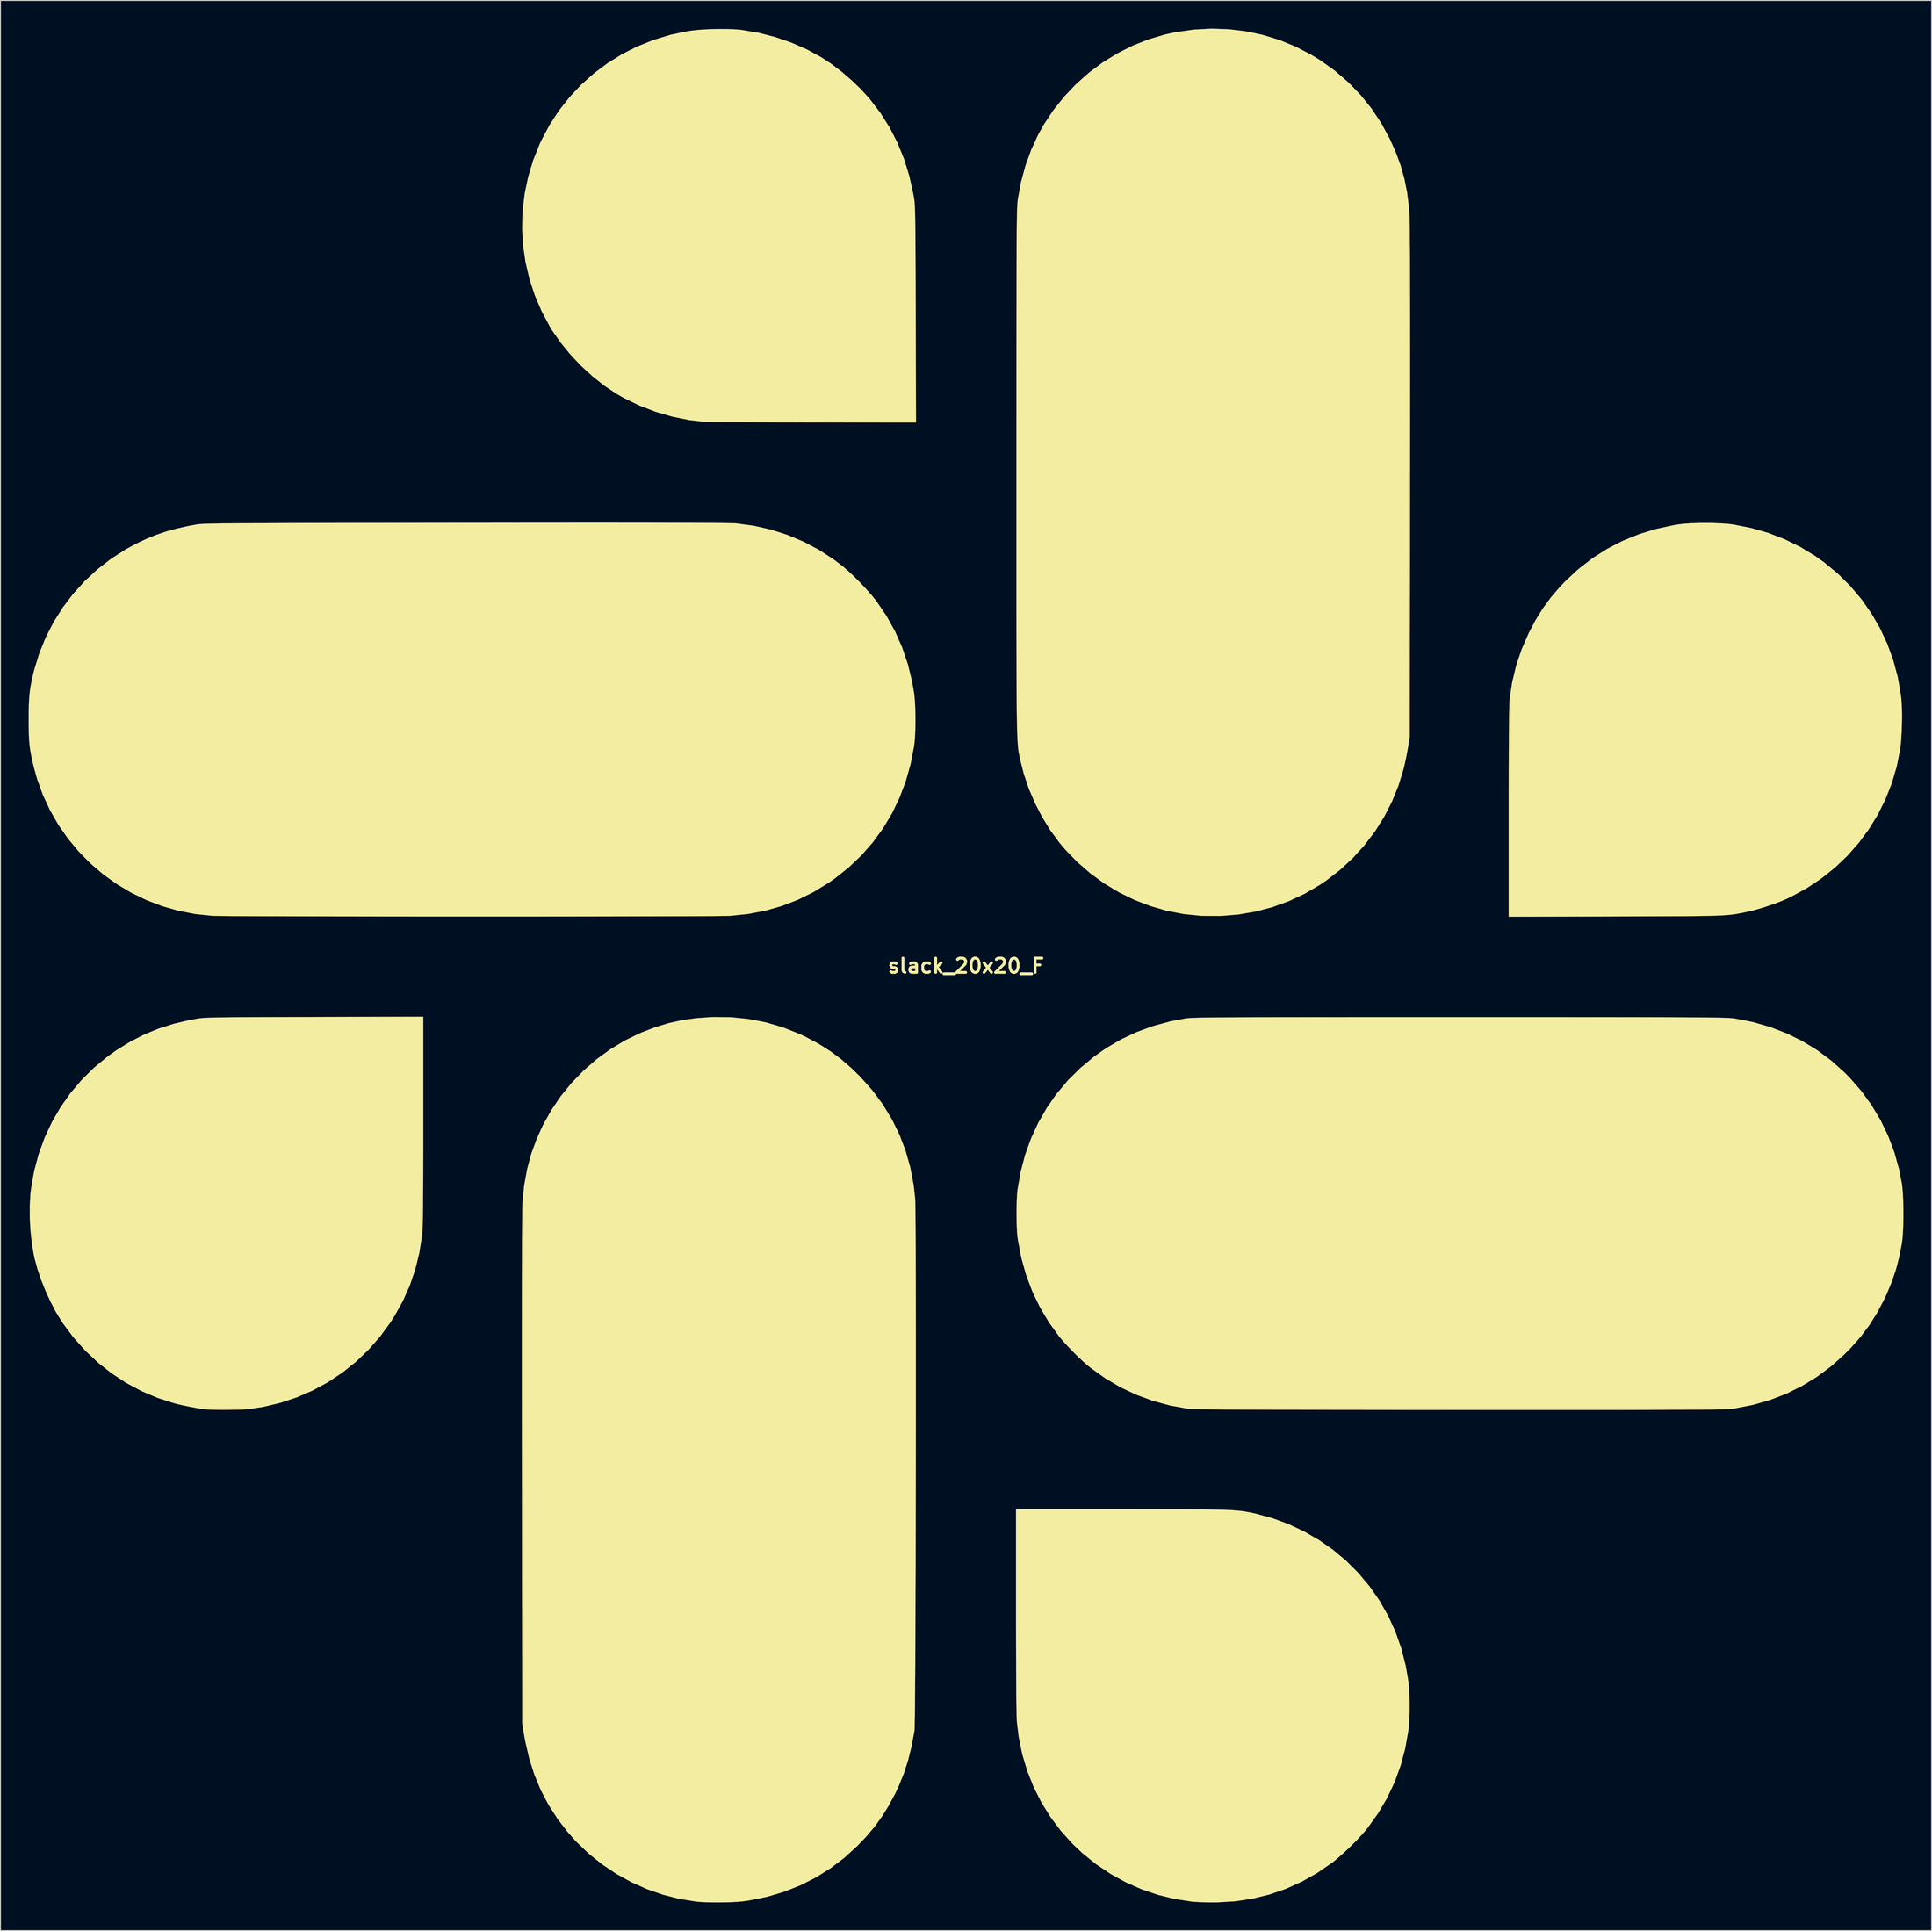
<source format=kicad_pcb>
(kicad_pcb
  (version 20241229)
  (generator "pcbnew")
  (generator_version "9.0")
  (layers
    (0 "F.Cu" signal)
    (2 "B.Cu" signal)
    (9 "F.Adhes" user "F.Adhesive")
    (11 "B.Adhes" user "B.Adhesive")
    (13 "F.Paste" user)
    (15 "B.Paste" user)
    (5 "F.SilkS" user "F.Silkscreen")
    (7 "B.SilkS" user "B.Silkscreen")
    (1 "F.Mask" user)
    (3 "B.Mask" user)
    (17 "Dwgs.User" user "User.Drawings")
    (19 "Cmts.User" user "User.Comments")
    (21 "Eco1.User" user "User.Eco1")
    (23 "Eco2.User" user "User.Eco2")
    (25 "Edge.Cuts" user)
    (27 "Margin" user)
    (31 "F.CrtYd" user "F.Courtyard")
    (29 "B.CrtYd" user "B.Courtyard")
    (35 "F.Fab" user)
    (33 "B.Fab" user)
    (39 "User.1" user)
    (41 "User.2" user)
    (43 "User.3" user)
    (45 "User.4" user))
  (footprint "slack_20x20_F"
    (layer "F.Cu")
    (at 99.869 99.893)
    (property "Reference" "slack_20x20_F" (at 0 0 0) (layer "F.SilkS") (effects (font (size 1.524 1.524) (thickness 0.3))))
    (attr through_hole)
    (fp_poly (pts (xy -25.366 -99.846) (xy -24.598 -99.815) (xy -23.946 -99.758) (xy -23.876 -99.75) (xy -22.085 -99.442) (xy -20.316 -98.988) (xy -18.596 -98.395) (xy -16.951 -97.674) (xy -15.431 -96.846) (xy -14.343 -96.13) (xy -13.241 -95.292) (xy -12.167 -94.369) (xy -11.166 -93.401) (xy -10.281 -92.424) (xy -10.231 -92.364) (xy -9.109 -90.89) (xy -8.133 -89.343) (xy -7.299 -87.717) (xy -6.604 -86.004) (xy -6.045 -84.198) (xy -5.619 -82.291) (xy -5.524 -81.746) (xy -5.505 -81.61) (xy -5.487 -81.451) (xy -5.47 -81.26) (xy -5.456 -81.029) (xy -5.443 -80.749) (xy -5.431 -80.411) (xy -5.42 -80.006) (xy -5.411 -79.524) (xy -5.403 -78.959) (xy -5.395 -78.299) (xy -5.389 -77.537) (xy -5.383 -76.663) (xy -5.377 -75.67) (xy -5.373 -74.547) (xy -5.368 -73.286) (xy -5.363 -71.878) (xy -5.359 -70.315) (xy -5.357 -69.406) (xy -5.327 -57.912) (xy -16.316 -57.927) (xy -17.673 -57.929) (xy -18.988 -57.931) (xy -20.25 -57.934) (xy -21.449 -57.937) (xy -22.574 -57.94) (xy -23.616 -57.943) (xy -24.562 -57.946) (xy -25.404 -57.95) (xy -26.13 -57.954) (xy -26.731 -57.957) (xy -27.195 -57.961) (xy -27.513 -57.964) (xy -27.674 -57.968) (xy -27.686 -57.968) (xy -29.499 -58.176) (xy -31.304 -58.543) (xy -33.078 -59.06) (xy -34.796 -59.721) (xy -36.436 -60.518) (xy -37.245 -60.98) (xy -38.532 -61.839) (xy -39.795 -62.838) (xy -41.008 -63.952) (xy -42.143 -65.152) (xy -43.172 -66.411) (xy -44.068 -67.7) (xy -44.308 -68.091) (xy -45.199 -69.75) (xy -45.933 -71.462) (xy -46.509 -73.219) (xy -46.928 -75.009) (xy -47.189 -76.822) (xy -47.291 -78.649) (xy -47.234 -80.479) (xy -47.017 -82.301) (xy -46.64 -84.106) (xy -46.102 -85.883) (xy -45.404 -87.621) (xy -45.242 -87.969) (xy -44.367 -89.614) (xy -43.359 -91.159) (xy -42.226 -92.6) (xy -40.976 -93.929) (xy -39.616 -95.141) (xy -38.156 -96.23) (xy -36.603 -97.19) (xy -34.965 -98.015) (xy -33.25 -98.699) (xy -31.466 -99.236) (xy -29.622 -99.621) (xy -29.362 -99.661) (xy -28.694 -99.742) (xy -27.915 -99.801) (xy -27.07 -99.839) (xy -26.206 -99.854) (xy -25.366 -99.846)) (stroke (width 0.01) (type solid)) (fill yes) (layer "F.SilkS"))
    (fp_poly (pts (xy 18.213 57.912) (xy 19.734 57.913) (xy 21.105 57.914) (xy 22.335 57.916) (xy 23.435 57.919) (xy 24.412 57.924) (xy 25.278 57.931) (xy 26.041 57.94) (xy 26.712 57.952) (xy 27.299 57.967) (xy 27.813 57.985) (xy 28.262 58.006) (xy 28.657 58.031) (xy 29.007 58.061) (xy 29.321 58.094) (xy 29.61 58.133) (xy 29.882 58.177) (xy 30.147 58.226) (xy 30.415 58.281) (xy 30.696 58.341) (xy 30.898 58.386) (xy 32.643 58.86) (xy 34.357 59.492) (xy 36.019 60.272) (xy 37.611 61.189) (xy 39.11 62.234) (xy 40.474 63.374) (xy 41.81 64.708) (xy 43.009 66.14) (xy 44.068 67.665) (xy 44.984 69.275) (xy 45.755 70.967) (xy 46.376 72.734) (xy 46.846 74.57) (xy 47.127 76.2) (xy 47.203 76.95) (xy 47.251 77.814) (xy 47.269 78.739) (xy 47.259 79.671) (xy 47.219 80.556) (xy 47.15 81.343) (xy 47.127 81.534) (xy 46.789 83.433) (xy 46.297 85.262) (xy 45.653 87.02) (xy 44.855 88.706) (xy 43.906 90.316) (xy 42.806 91.851) (xy 42.627 92.076) (xy 42.182 92.594) (xy 41.637 93.177) (xy 41.031 93.786) (xy 40.401 94.386) (xy 39.783 94.942) (xy 39.216 95.416) (xy 38.986 95.595) (xy 37.413 96.675) (xy 35.778 97.597) (xy 34.086 98.361) (xy 32.339 98.965) (xy 30.54 99.408) (xy 28.694 99.689) (xy 26.803 99.807) (xy 26.205 99.811) (xy 25.667 99.803) (xy 25.132 99.787) (xy 24.647 99.767) (xy 24.259 99.743) (xy 24.106 99.73) (xy 22.276 99.452) (xy 20.48 99.012) (xy 18.73 98.416) (xy 17.038 97.669) (xy 15.416 96.778) (xy 13.876 95.748) (xy 12.43 94.584) (xy 11.382 93.595) (xy 10.131 92.21) (xy 9.015 90.727) (xy 8.04 89.156) (xy 7.208 87.505) (xy 6.525 85.783) (xy 5.993 83.999) (xy 5.618 82.162) (xy 5.425 80.577) (xy 5.41 80.304) (xy 5.396 79.864) (xy 5.383 79.262) (xy 5.372 78.499) (xy 5.362 77.58) (xy 5.354 76.507) (xy 5.347 75.283) (xy 5.342 73.911) (xy 5.337 72.395) (xy 5.335 70.738) (xy 5.334 68.942) (xy 5.334 68.702) (xy 5.334 57.912) (xy 16.532 57.912) (xy 18.213 57.912)) (stroke (width 0.01) (type solid)) (fill yes) (layer "F.SilkS"))
    (fp_poly (pts (xy 79.709 -47.192) (xy 80.516 -47.159) (xy 81.236 -47.105) (xy 81.746 -47.043) (xy 83.638 -46.673) (xy 85.465 -46.148) (xy 87.22 -45.472) (xy 88.9 -44.646) (xy 90.501 -43.671) (xy 91.44 -43.001) (xy 92.881 -41.808) (xy 94.2 -40.502) (xy 95.392 -39.092) (xy 96.452 -37.585) (xy 97.375 -35.993) (xy 98.156 -34.323) (xy 98.79 -32.585) (xy 99.271 -30.788) (xy 99.594 -28.94) (xy 99.66 -28.381) (xy 99.7 -27.814) (xy 99.721 -27.125) (xy 99.724 -26.357) (xy 99.709 -25.555) (xy 99.677 -24.764) (xy 99.631 -24.026) (xy 99.57 -23.387) (xy 99.528 -23.072) (xy 99.16 -21.24) (xy 98.636 -19.465) (xy 97.962 -17.755) (xy 97.144 -16.116) (xy 96.189 -14.559) (xy 95.103 -13.091) (xy 93.893 -11.721) (xy 92.564 -10.456) (xy 91.122 -9.306) (xy 89.575 -8.278) (xy 87.929 -7.38) (xy 87.444 -7.15) (xy 86.813 -6.882) (xy 86.079 -6.604) (xy 85.296 -6.335) (xy 84.515 -6.091) (xy 83.79 -5.89) (xy 83.27 -5.769) (xy 82.958 -5.705) (xy 82.673 -5.647) (xy 82.406 -5.595) (xy 82.146 -5.548) (xy 81.885 -5.507) (xy 81.611 -5.47) (xy 81.317 -5.438) (xy 80.991 -5.411) (xy 80.624 -5.387) (xy 80.206 -5.366) (xy 79.728 -5.349) (xy 79.18 -5.334) (xy 78.552 -5.322) (xy 77.834 -5.312) (xy 77.017 -5.304) (xy 76.091 -5.297) (xy 75.046 -5.292) (xy 73.873 -5.287) (xy 72.562 -5.282) (xy 71.102 -5.278) (xy 69.485 -5.273) (xy 69.151 -5.272) (xy 57.827 -5.239) (xy 57.827 -16.321) (xy 57.828 -18.148) (xy 57.83 -19.836) (xy 57.834 -21.38) (xy 57.839 -22.78) (xy 57.845 -24.031) (xy 57.853 -25.131) (xy 57.862 -26.076) (xy 57.873 -26.865) (xy 57.884 -27.494) (xy 57.898 -27.961) (xy 57.912 -28.262) (xy 57.917 -28.327) (xy 58.179 -30.155) (xy 58.608 -31.958) (xy 59.2 -33.728) (xy 59.953 -35.457) (xy 59.983 -35.518) (xy 60.694 -36.862) (xy 61.447 -38.08) (xy 62.272 -39.213) (xy 63.198 -40.302) (xy 63.881 -41.021) (xy 65.271 -42.308) (xy 66.75 -43.451) (xy 68.316 -44.449) (xy 69.968 -45.301) (xy 71.703 -46.007) (xy 73.519 -46.566) (xy 75.414 -46.975) (xy 75.861 -47.048) (xy 76.464 -47.119) (xy 77.193 -47.168) (xy 78.005 -47.197) (xy 78.858 -47.205) (xy 79.709 -47.192)) (stroke (width 0.01) (type solid)) (fill yes) (layer "F.SilkS"))
    (fp_poly (pts (xy -57.827 16.529) (xy -57.828 18.176) (xy -57.828 19.664) (xy -57.83 20.999) (xy -57.832 22.193) (xy -57.835 23.253) (xy -57.839 24.189) (xy -57.844 25.01) (xy -57.85 25.725) (xy -57.857 26.342) (xy -57.866 26.871) (xy -57.876 27.321) (xy -57.888 27.7) (xy -57.901 28.018) (xy -57.915 28.285) (xy -57.932 28.507) (xy -57.95 28.696) (xy -57.955 28.733) (xy -58.245 30.585) (xy -58.676 32.35) (xy -59.253 34.043) (xy -59.981 35.679) (xy -60.866 37.273) (xy -61.34 38.015) (xy -62.446 39.528) (xy -63.671 40.924) (xy -65.006 42.199) (xy -66.443 43.347) (xy -67.972 44.362) (xy -69.585 45.24) (xy -71.273 45.974) (xy -73.027 46.56) (xy -74.837 46.992) (xy -76.496 47.243) (xy -76.814 47.267) (xy -77.264 47.286) (xy -77.808 47.301) (xy -78.408 47.31) (xy -79.026 47.313) (xy -79.626 47.311) (xy -80.168 47.302) (xy -80.616 47.287) (xy -80.899 47.269) (xy -81.395 47.21) (xy -82.002 47.114) (xy -82.669 46.992) (xy -83.344 46.854) (xy -83.975 46.709) (xy -84.379 46.605) (xy -86.144 46.034) (xy -87.845 45.31) (xy -89.473 44.439) (xy -91.019 43.427) (xy -92.473 42.281) (xy -93.828 41.008) (xy -95.074 39.614) (xy -96.202 38.105) (xy -96.376 37.846) (xy -96.969 36.87) (xy -97.54 35.78) (xy -98.071 34.621) (xy -98.542 33.436) (xy -98.937 32.27) (xy -99.235 31.167) (xy -99.302 30.861) (xy -99.52 29.584) (xy -99.667 28.239) (xy -99.743 26.874) (xy -99.745 25.539) (xy -99.67 24.282) (xy -99.61 23.749) (xy -99.282 21.879) (xy -98.799 20.067) (xy -98.165 18.321) (xy -97.385 16.649) (xy -96.464 15.058) (xy -95.407 13.557) (xy -94.218 12.152) (xy -92.903 10.852) (xy -91.466 9.664) (xy -90.503 8.979) (xy -89.041 8.076) (xy -87.552 7.313) (xy -86.011 6.679) (xy -84.393 6.166) (xy -82.672 5.762) (xy -81.873 5.617) (xy -81.736 5.596) (xy -81.586 5.576) (xy -81.412 5.559) (xy -81.208 5.544) (xy -80.962 5.53) (xy -80.667 5.517) (xy -80.313 5.507) (xy -79.892 5.497) (xy -79.394 5.488) (xy -78.811 5.481) (xy -78.133 5.474) (xy -77.352 5.468) (xy -76.458 5.463) (xy -75.443 5.458) (xy -74.298 5.454) (xy -73.013 5.45) (xy -71.58 5.446) (xy -69.99 5.442) (xy -69.406 5.44) (xy -57.827 5.413) (xy -57.827 16.529)) (stroke (width 0.01) (type solid)) (fill yes) (layer "F.SilkS"))
    (fp_poly (pts (xy -24.99 5.472) (xy -23.135 5.663) (xy -21.318 6.019) (xy -19.542 6.539) (xy -17.808 7.222) (xy -17.06 7.574) (xy -15.704 8.3) (xy -14.461 9.084) (xy -13.291 9.955) (xy -12.156 10.942) (xy -11.259 11.822) (xy -9.997 13.236) (xy -8.884 14.732) (xy -7.919 16.306) (xy -7.106 17.956) (xy -6.445 19.678) (xy -5.937 21.471) (xy -5.583 23.33) (xy -5.417 24.807) (xy -5.408 25.01) (xy -5.399 25.371) (xy -5.391 25.884) (xy -5.384 26.54) (xy -5.377 27.332) (xy -5.371 28.252) (xy -5.366 29.292) (xy -5.361 30.445) (xy -5.356 31.702) (xy -5.353 33.056) (xy -5.349 34.5) (xy -5.347 36.025) (xy -5.345 37.624) (xy -5.343 39.288) (xy -5.342 41.011) (xy -5.342 42.785) (xy -5.342 44.601) (xy -5.342 46.452) (xy -5.343 48.331) (xy -5.344 50.229) (xy -5.346 52.139) (xy -5.349 54.053) (xy -5.352 55.963) (xy -5.355 57.861) (xy -5.358 59.741) (xy -5.363 61.593) (xy -5.367 63.411) (xy -5.372 65.186) (xy -5.377 66.911) (xy -5.383 68.579) (xy -5.389 70.18) (xy -5.395 71.708) (xy -5.402 73.155) (xy -5.409 74.513) (xy -5.416 75.775) (xy -5.424 76.931) (xy -5.432 77.976) (xy -5.44 78.901) (xy -5.449 79.698) (xy -5.458 80.36) (xy -5.467 80.879) (xy -5.476 81.246) (xy -5.486 81.455) (xy -5.49 81.492) (xy -5.789 83.125) (xy -6.161 84.633) (xy -6.617 86.05) (xy -7.165 87.406) (xy -7.566 88.249) (xy -8.251 89.525) (xy -8.966 90.677) (xy -9.743 91.748) (xy -10.615 92.783) (xy -11.555 93.768) (xy -12.948 95.04) (xy -14.43 96.168) (xy -15.997 97.15) (xy -17.645 97.985) (xy -19.373 98.672) (xy -21.175 99.208) (xy -23.05 99.592) (xy -23.732 99.691) (xy -24.228 99.74) (xy -24.85 99.776) (xy -25.554 99.8) (xy -26.298 99.811) (xy -27.038 99.808) (xy -27.731 99.791) (xy -28.334 99.761) (xy -28.702 99.729) (xy -30.497 99.443) (xy -32.264 98.996) (xy -33.99 98.395) (xy -35.661 97.646) (xy -37.264 96.758) (xy -38.785 95.737) (xy -40.212 94.592) (xy -41.53 93.328) (xy -42.429 92.319) (xy -43.531 90.881) (xy -44.487 89.39) (xy -45.302 87.834) (xy -45.981 86.199) (xy -46.531 84.471) (xy -46.957 82.639) (xy -47.097 81.855) (xy -47.282 80.73) (xy -47.31 53.594) (xy -47.313 50.708) (xy -47.315 47.99) (xy -47.317 45.436) (xy -47.318 43.044) (xy -47.318 40.813) (xy -47.317 38.74) (xy -47.316 36.823) (xy -47.314 35.059) (xy -47.312 33.447) (xy -47.309 31.983) (xy -47.305 30.666) (xy -47.3 29.494) (xy -47.295 28.463) (xy -47.289 27.573) (xy -47.282 26.82) (xy -47.275 26.203) (xy -47.267 25.719) (xy -47.258 25.366) (xy -47.248 25.141) (xy -47.247 25.122) (xy -47.062 23.343) (xy -46.755 21.659) (xy -46.319 20.04) (xy -45.744 18.459) (xy -45.073 16.981) (xy -44.192 15.395) (xy -43.169 13.89) (xy -42.019 12.476) (xy -40.751 11.165) (xy -39.378 9.969) (xy -37.911 8.897) (xy -36.363 7.961) (xy -34.746 7.172) (xy -34.543 7.086) (xy -33.074 6.524) (xy -31.643 6.09) (xy -30.207 5.773) (xy -28.722 5.565) (xy -27.143 5.455) (xy -26.882 5.446) (xy -24.99 5.472)) (stroke (width 0.01) (type solid)) (fill yes) (layer "F.SilkS"))
    (fp_poly (pts (xy 28.016 -99.825) (xy 29.853 -99.6) (xy 31.657 -99.215) (xy 33.418 -98.67) (xy 35.128 -97.969) (xy 36.779 -97.112) (xy 37.775 -96.5) (xy 39.318 -95.392) (xy 40.737 -94.17) (xy 42.03 -92.834) (xy 43.196 -91.388) (xy 44.232 -89.833) (xy 45.132 -88.18) (xy 45.782 -86.738) (xy 46.304 -85.323) (xy 46.706 -83.895) (xy 47 -82.415) (xy 47.195 -80.842) (xy 47.248 -80.179) (xy 47.258 -79.964) (xy 47.267 -79.608) (xy 47.275 -79.109) (xy 47.283 -78.467) (xy 47.289 -77.678) (xy 47.295 -76.743) (xy 47.301 -75.658) (xy 47.305 -74.423) (xy 47.309 -73.035) (xy 47.312 -71.494) (xy 47.315 -69.798) (xy 47.316 -67.944) (xy 47.317 -65.932) (xy 47.318 -63.759) (xy 47.317 -61.425) (xy 47.316 -58.927) (xy 47.315 -56.264) (xy 47.312 -53.434) (xy 47.31 -51.647) (xy 47.282 -24.426) (xy 47.09 -23.252) (xy 46.989 -22.688) (xy 46.862 -22.052) (xy 46.725 -21.43) (xy 46.613 -20.966) (xy 46.074 -19.204) (xy 45.381 -17.502) (xy 44.54 -15.868) (xy 43.56 -14.314) (xy 42.447 -12.85) (xy 41.208 -11.486) (xy 39.852 -10.231) (xy 38.386 -9.097) (xy 37.672 -8.616) (xy 36.061 -7.678) (xy 34.381 -6.893) (xy 32.639 -6.262) (xy 30.844 -5.789) (xy 29.002 -5.475) (xy 27.121 -5.321) (xy 25.209 -5.33) (xy 25.019 -5.34) (xy 23.194 -5.525) (xy 21.4 -5.874) (xy 19.646 -6.38) (xy 17.943 -7.037) (xy 16.302 -7.841) (xy 14.733 -8.786) (xy 13.247 -9.866) (xy 11.854 -11.077) (xy 10.565 -12.412) (xy 9.951 -13.14) (xy 8.996 -14.439) (xy 8.123 -15.856) (xy 7.349 -17.356) (xy 6.691 -18.903) (xy 6.166 -20.462) (xy 5.887 -21.542) (xy 5.841 -21.745) (xy 5.797 -21.928) (xy 5.756 -22.098) (xy 5.718 -22.26) (xy 5.683 -22.419) (xy 5.65 -22.581) (xy 5.619 -22.752) (xy 5.591 -22.938) (xy 5.565 -23.144) (xy 5.541 -23.376) (xy 5.519 -23.639) (xy 5.5 -23.939) (xy 5.482 -24.282) (xy 5.466 -24.673) (xy 5.451 -25.118) (xy 5.438 -25.623) (xy 5.427 -26.193) (xy 5.417 -26.834) (xy 5.409 -27.552) (xy 5.402 -28.351) (xy 5.395 -29.239) (xy 5.39 -30.22) (xy 5.386 -31.3) (xy 5.383 -32.485) (xy 5.38 -33.78) (xy 5.378 -35.191) (xy 5.377 -36.724) (xy 5.376 -38.384) (xy 5.376 -40.178) (xy 5.376 -42.109) (xy 5.376 -44.185) (xy 5.376 -46.411) (xy 5.376 -48.793) (xy 5.376 -51.335) (xy 5.376 -52.536) (xy 5.376 -55.129) (xy 5.376 -57.559) (xy 5.377 -59.83) (xy 5.377 -61.949) (xy 5.378 -63.921) (xy 5.378 -65.751) (xy 5.379 -67.446) (xy 5.38 -69.01) (xy 5.382 -70.449) (xy 5.384 -71.769) (xy 5.386 -72.976) (xy 5.388 -74.074) (xy 5.391 -75.071) (xy 5.394 -75.97) (xy 5.398 -76.778) (xy 5.402 -77.5) (xy 5.407 -78.142) (xy 5.413 -78.709) (xy 5.419 -79.208) (xy 5.425 -79.643) (xy 5.432 -80.02) (xy 5.44 -80.345) (xy 5.449 -80.623) (xy 5.458 -80.86) (xy 5.468 -81.061) (xy 5.479 -81.233) (xy 5.491 -81.379) (xy 5.503 -81.508) (xy 5.517 -81.622) (xy 5.531 -81.729) (xy 5.533 -81.746) (xy 5.865 -83.538) (xy 6.341 -85.291) (xy 6.954 -86.982) (xy 7.695 -88.587) (xy 8.294 -89.662) (xy 9.323 -91.212) (xy 10.475 -92.657) (xy 11.743 -93.991) (xy 13.115 -95.206) (xy 14.582 -96.297) (xy 16.134 -97.255) (xy 17.76 -98.074) (xy 19.45 -98.746) (xy 21.196 -99.265) (xy 22.382 -99.522) (xy 24.271 -99.788) (xy 26.152 -99.888) (xy 28.016 -99.825)) (stroke (width 0.01) (type solid)) (fill yes) (layer "F.SilkS"))
    (fp_poly (pts (xy -36.901 -47.231) (xy -35.165 -47.23) (xy -33.572 -47.229) (xy -32.119 -47.226) (xy -30.802 -47.223) (xy -29.619 -47.219) (xy -28.566 -47.215) (xy -27.64 -47.21) (xy -26.838 -47.204) (xy -26.156 -47.198) (xy -25.591 -47.191) (xy -25.14 -47.183) (xy -24.8 -47.175) (xy -24.567 -47.166) (xy -24.469 -47.159) (xy -22.613 -46.909) (xy -20.794 -46.498) (xy -19.023 -45.931) (xy -17.313 -45.211) (xy -15.674 -44.345) (xy -14.118 -43.336) (xy -13.166 -42.613) (xy -12.583 -42.114) (xy -11.947 -41.52) (xy -11.294 -40.869) (xy -10.661 -40.199) (xy -10.085 -39.547) (xy -9.603 -38.951) (xy -9.535 -38.862) (xy -8.476 -37.302) (xy -7.565 -35.662) (xy -6.805 -33.945) (xy -6.197 -32.157) (xy -5.742 -30.299) (xy -5.532 -29.083) (xy -5.467 -28.486) (xy -5.42 -27.769) (xy -5.393 -26.975) (xy -5.385 -26.146) (xy -5.396 -25.324) (xy -5.427 -24.553) (xy -5.478 -23.873) (xy -5.532 -23.427) (xy -5.901 -21.516) (xy -6.42 -19.679) (xy -7.084 -17.922) (xy -7.89 -16.249) (xy -8.836 -14.667) (xy -9.918 -13.179) (xy -11.133 -11.792) (xy -12.477 -10.509) (xy -13.948 -9.337) (xy -14.647 -8.848) (xy -16.251 -7.869) (xy -17.901 -7.051) (xy -19.603 -6.391) (xy -21.364 -5.887) (xy -23.191 -5.538) (xy -25.09 -5.34) (xy -25.202 -5.333) (xy -25.397 -5.327) (xy -25.753 -5.321) (xy -26.263 -5.315) (xy -26.917 -5.31) (xy -27.709 -5.305) (xy -28.631 -5.3) (xy -29.673 -5.295) (xy -30.829 -5.291) (xy -32.09 -5.287) (xy -33.448 -5.284) (xy -34.895 -5.281) (xy -36.423 -5.278) (xy -38.025 -5.275) (xy -39.691 -5.273) (xy -41.415 -5.271) (xy -43.188 -5.269) (xy -45.001 -5.268) (xy -46.848 -5.267) (xy -48.72 -5.266) (xy -50.609 -5.266) (xy -52.507 -5.266) (xy -54.405 -5.266) (xy -56.297 -5.267) (xy -58.173 -5.267) (xy -60.027 -5.269) (xy -61.849 -5.27) (xy -63.633 -5.272) (xy -65.369 -5.274) (xy -67.05 -5.276) (xy -68.667 -5.279) (xy -70.214 -5.282) (xy -71.681 -5.285) (xy -73.061 -5.289) (xy -74.346 -5.293) (xy -75.528 -5.297) (xy -76.598 -5.301) (xy -77.549 -5.306) (xy -78.373 -5.311) (xy -79.061 -5.317) (xy -79.606 -5.323) (xy -80 -5.329) (xy -80.234 -5.335) (xy -80.264 -5.336) (xy -82.104 -5.525) (xy -83.898 -5.872) (xy -85.64 -6.371) (xy -87.32 -7.015) (xy -88.93 -7.797) (xy -90.464 -8.711) (xy -91.911 -9.749) (xy -93.265 -10.906) (xy -94.518 -12.174) (xy -95.66 -13.547) (xy -96.685 -15.017) (xy -97.583 -16.579) (xy -98.348 -18.225) (xy -98.971 -19.949) (xy -99.313 -21.181) (xy -99.476 -21.866) (xy -99.603 -22.466) (xy -99.7 -23.018) (xy -99.77 -23.56) (xy -99.818 -24.128) (xy -99.847 -24.758) (xy -99.861 -25.489) (xy -99.864 -26.247) (xy -99.859 -27.147) (xy -99.84 -27.914) (xy -99.803 -28.585) (xy -99.745 -29.196) (xy -99.661 -29.783) (xy -99.547 -30.383) (xy -99.399 -31.032) (xy -99.274 -31.535) (xy -98.732 -33.31) (xy -98.038 -35.019) (xy -97.199 -36.653) (xy -96.222 -38.204) (xy -95.114 -39.662) (xy -93.882 -41.019) (xy -92.533 -42.267) (xy -91.074 -43.396) (xy -89.513 -44.398) (xy -88.318 -45.041) (xy -87.287 -45.525) (xy -86.278 -45.936) (xy -85.249 -46.286) (xy -84.162 -46.589) (xy -82.978 -46.857) (xy -81.957 -47.05) (xy -81.873 -47.063) (xy -81.772 -47.075) (xy -81.647 -47.087) (xy -81.495 -47.098) (xy -81.308 -47.108) (xy -81.083 -47.117) (xy -80.812 -47.126) (xy -80.491 -47.134) (xy -80.114 -47.142) (xy -79.676 -47.149) (xy -79.171 -47.156) (xy -78.594 -47.162) (xy -77.939 -47.167) (xy -77.201 -47.173) (xy -76.374 -47.177) (xy -75.453 -47.182) (xy -74.431 -47.186) (xy -73.305 -47.19) (xy -72.068 -47.194) (xy -70.714 -47.197) (xy -69.239 -47.2) (xy -67.636 -47.203) (xy -65.901 -47.206) (xy -64.027 -47.209) (xy -62.01 -47.212) (xy -59.843 -47.215) (xy -57.521 -47.218) (xy -55.04 -47.221) (xy -53.34 -47.223) (xy -50.51 -47.226) (xy -47.846 -47.228) (xy -45.344 -47.23) (xy -43.002 -47.231) (xy -40.817 -47.232) (xy -38.784 -47.232) (xy -36.901 -47.231)) (stroke (width 0.01) (type solid)) (fill yes) (layer "F.SilkS"))
    (fp_poly (pts (xy 55.228 5.461) (xy 57.671 5.461) (xy 59.956 5.461) (xy 62.089 5.462) (xy 64.074 5.462) (xy 65.917 5.463) (xy 67.624 5.464) (xy 69.2 5.465) (xy 70.651 5.467) (xy 71.983 5.468) (xy 73.2 5.471) (xy 74.308 5.473) (xy 75.314 5.476) (xy 76.221 5.479) (xy 77.037 5.483) (xy 77.766 5.487) (xy 78.414 5.492) (xy 78.986 5.497) (xy 79.488 5.503) (xy 79.926 5.51) (xy 80.304 5.517) (xy 80.629 5.525) (xy 80.906 5.533) (xy 81.14 5.542) (xy 81.338 5.552) (xy 81.503 5.563) (xy 81.643 5.574) (xy 81.763 5.587) (xy 81.867 5.6) (xy 81.957 5.613) (xy 83.866 5.992) (xy 85.696 6.52) (xy 87.447 7.196) (xy 89.115 8.018) (xy 90.697 8.985) (xy 92.191 10.096) (xy 93.594 11.35) (xy 94.134 11.896) (xy 95.374 13.316) (xy 96.475 14.831) (xy 97.433 16.431) (xy 98.245 18.111) (xy 98.906 19.862) (xy 99.413 21.678) (xy 99.711 23.202) (xy 99.775 23.731) (xy 99.823 24.387) (xy 99.856 25.134) (xy 99.873 25.936) (xy 99.874 26.756) (xy 99.859 27.559) (xy 99.829 28.307) (xy 99.784 28.966) (xy 99.722 29.499) (xy 99.71 29.576) (xy 99.426 31.026) (xy 99.076 32.367) (xy 98.643 33.653) (xy 98.109 34.937) (xy 97.795 35.605) (xy 97.051 37.009) (xy 96.241 38.295) (xy 95.338 39.503) (xy 94.312 40.67) (xy 93.576 41.416) (xy 92.163 42.677) (xy 90.662 43.794) (xy 89.076 44.766) (xy 87.413 45.589) (xy 85.677 46.26) (xy 83.873 46.779) (xy 82.007 47.141) (xy 81.593 47.199) (xy 81.486 47.211) (xy 81.354 47.222) (xy 81.191 47.233) (xy 80.992 47.242) (xy 80.751 47.252) (xy 80.464 47.26) (xy 80.123 47.268) (xy 79.726 47.275) (xy 79.264 47.282) (xy 78.735 47.288) (xy 78.131 47.293) (xy 77.447 47.298) (xy 76.678 47.302) (xy 75.819 47.306) (xy 74.864 47.309) (xy 73.808 47.312) (xy 72.645 47.315) (xy 71.37 47.317) (xy 69.977 47.318) (xy 68.462 47.32) (xy 66.818 47.321) (xy 65.04 47.321) (xy 63.122 47.322) (xy 61.06 47.322) (xy 58.848 47.321) (xy 56.48 47.321) (xy 53.951 47.32) (xy 52.552 47.32) (xy 49.892 47.319) (xy 47.397 47.318) (xy 45.06 47.317) (xy 42.878 47.315) (xy 40.844 47.313) (xy 38.955 47.312) (xy 37.204 47.309) (xy 35.588 47.307) (xy 34.1 47.304) (xy 32.736 47.301) (xy 31.491 47.297) (xy 30.359 47.294) (xy 29.336 47.289) (xy 28.417 47.285) (xy 27.596 47.279) (xy 26.868 47.274) (xy 26.229 47.268) (xy 25.672 47.261) (xy 25.195 47.254) (xy 24.79 47.246) (xy 24.453 47.238) (xy 24.179 47.229) (xy 23.963 47.22) (xy 23.8 47.21) (xy 23.685 47.199) (xy 23.664 47.196) (xy 21.767 46.857) (xy 19.932 46.361) (xy 18.164 45.711) (xy 16.468 44.91) (xy 14.848 43.958) (xy 13.308 42.858) (xy 13.054 42.656) (xy 12.583 42.252) (xy 12.045 41.753) (xy 11.479 41.198) (xy 10.924 40.625) (xy 10.418 40.074) (xy 9.999 39.583) (xy 9.964 39.539) (xy 8.861 38.022) (xy 7.9 36.416) (xy 7.085 34.728) (xy 6.418 32.964) (xy 5.902 31.13) (xy 5.539 29.234) (xy 5.488 28.871) (xy 5.445 28.418) (xy 5.413 27.838) (xy 5.394 27.17) (xy 5.387 26.456) (xy 5.392 25.737) (xy 5.41 25.054) (xy 5.439 24.447) (xy 5.48 23.958) (xy 5.49 23.876) (xy 5.819 21.979) (xy 6.302 20.147) (xy 6.935 18.386) (xy 7.713 16.702) (xy 8.632 15.102) (xy 9.689 13.593) (xy 10.88 12.18) (xy 12.201 10.87) (xy 13.647 9.67) (xy 14.901 8.787) (xy 16.489 7.851) (xy 18.166 7.059) (xy 19.929 6.411) (xy 21.78 5.909) (xy 23.301 5.615) (xy 23.394 5.601) (xy 23.496 5.587) (xy 23.612 5.575) (xy 23.749 5.563) (xy 23.91 5.553) (xy 24.103 5.543) (xy 24.332 5.534) (xy 24.602 5.525) (xy 24.92 5.517) (xy 25.292 5.51) (xy 25.721 5.504) (xy 26.215 5.498) (xy 26.777 5.492) (xy 27.415 5.488) (xy 28.134 5.483) (xy 28.938 5.479) (xy 29.834 5.476) (xy 30.827 5.473) (xy 31.923 5.471) (xy 33.126 5.468) (xy 34.443 5.467) (xy 35.88 5.465) (xy 37.44 5.464) (xy 39.131 5.463) (xy 40.958 5.462) (xy 42.926 5.462) (xy 45.04 5.461) (xy 47.306 5.461) (xy 49.731 5.461) (xy 52.318 5.461) (xy 52.62 5.461) (xy 55.228 5.461)) (stroke (width 0.01) (type solid)) (fill yes) (layer "F.SilkS")))
  (gr_rect
    (start -3 -3)
    (end 202.748 202.709)
    (stroke (width 0.1) (type default))
    (fill no)
    (layer "Edge.Cuts")))
</source>
